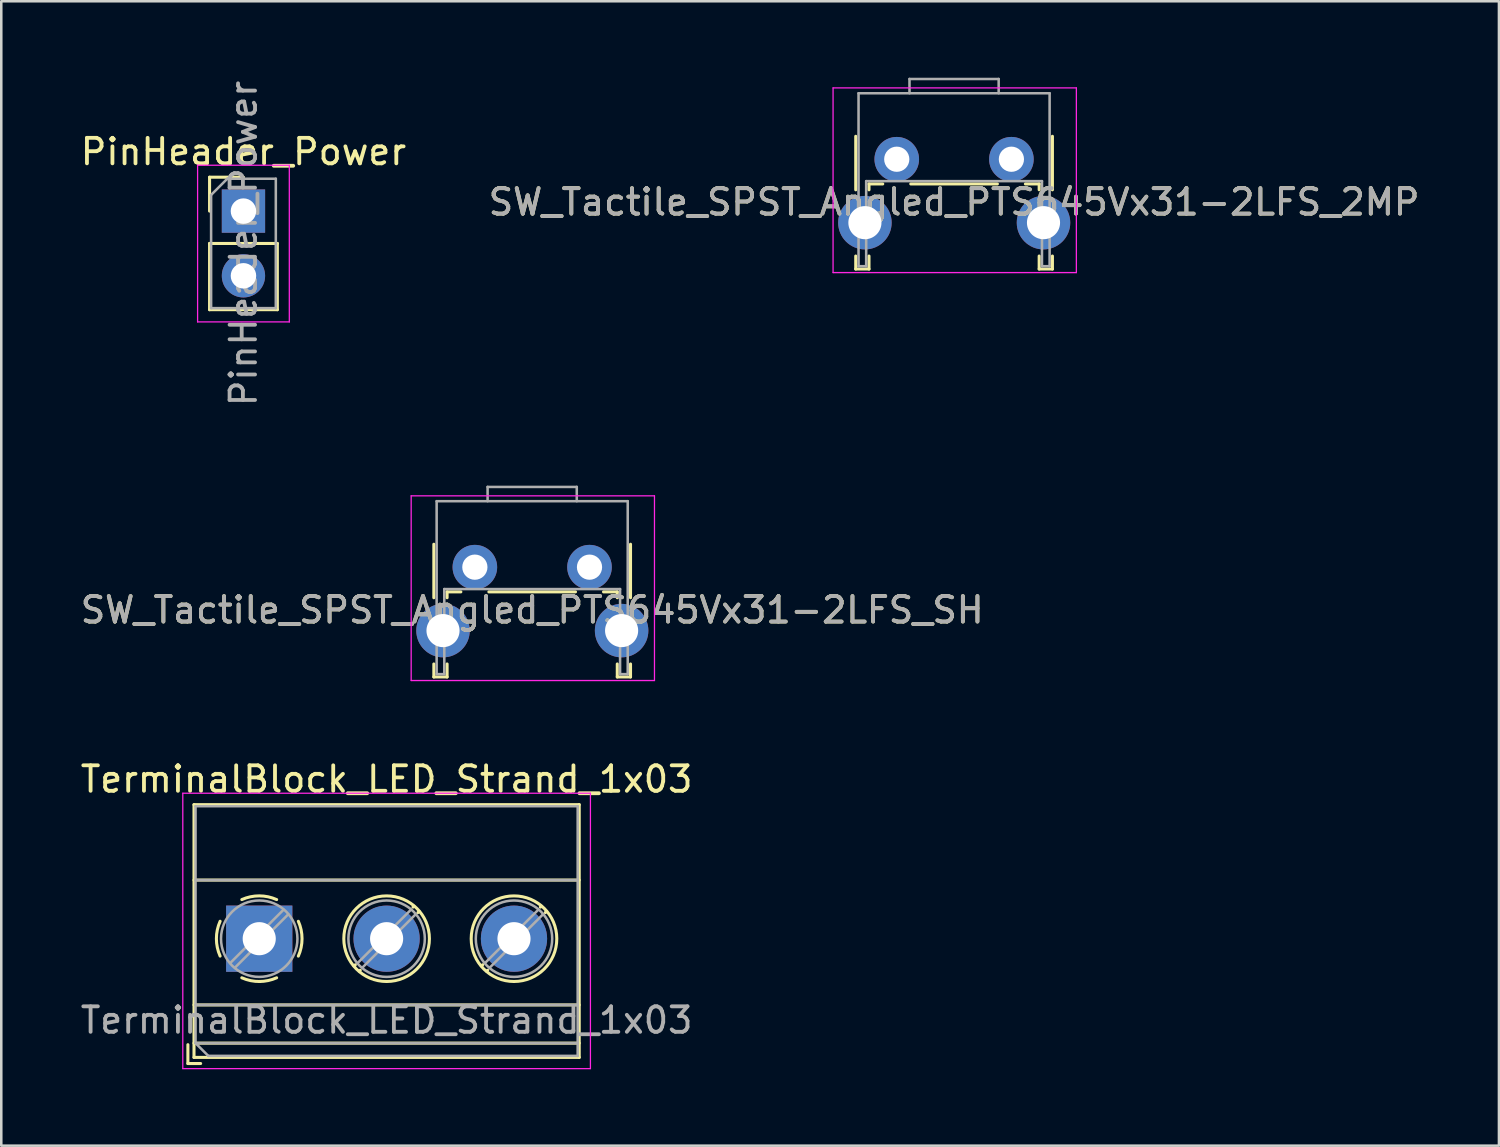
<source format=kicad_pcb>
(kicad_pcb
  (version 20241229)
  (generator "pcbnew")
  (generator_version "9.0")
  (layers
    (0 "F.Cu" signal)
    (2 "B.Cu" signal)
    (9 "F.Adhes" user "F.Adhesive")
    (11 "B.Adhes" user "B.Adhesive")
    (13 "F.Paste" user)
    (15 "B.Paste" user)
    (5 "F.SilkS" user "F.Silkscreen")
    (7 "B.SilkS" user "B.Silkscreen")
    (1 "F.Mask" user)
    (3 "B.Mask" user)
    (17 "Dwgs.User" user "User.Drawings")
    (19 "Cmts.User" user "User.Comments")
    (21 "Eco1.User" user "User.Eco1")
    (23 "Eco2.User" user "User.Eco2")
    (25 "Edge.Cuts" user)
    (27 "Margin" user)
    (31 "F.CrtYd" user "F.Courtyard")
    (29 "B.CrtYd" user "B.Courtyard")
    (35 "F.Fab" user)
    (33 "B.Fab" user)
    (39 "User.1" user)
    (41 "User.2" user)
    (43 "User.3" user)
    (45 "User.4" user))
  (footprint "SW_Tactile_SPST_Angled_PTS645Vx31-2LFS_2MP"
    (layer "F.Cu")
    (at 32.149 3.2)
    (property "Reference" "SW_Tactile_SPST_Angled_PTS645Vx31-2LFS_2MP" (at 2.25 1.68 0) (layer "F.SilkS") (effects (font (size 1 1) (thickness 0.15))))
    (attr through_hole)
    (fp_line (start -1.61 -0.9) (end -1.61 1.2) (stroke (width 0.12) (type solid)) (layer "F.SilkS"))
    (fp_line (start -1.61 3.8) (end -1.61 4.31) (stroke (width 0.12) (type solid)) (layer "F.SilkS"))
    (fp_line (start -1.61 4.31) (end -1.09 4.31) (stroke (width 0.12) (type solid)) (layer "F.SilkS"))
    (fp_line (start -1.09 0.97) (end -1.09 1.2) (stroke (width 0.12) (type solid)) (layer "F.SilkS"))
    (fp_line (start -1.09 0.97) (end -0.55 0.97) (stroke (width 0.12) (type solid)) (layer "F.SilkS"))
    (fp_line (start -1.09 3.8) (end -1.09 4.31) (stroke (width 0.12) (type solid)) (layer "F.SilkS"))
    (fp_line (start 0.55 0.97) (end 3.95 0.97) (stroke (width 0.12) (type solid)) (layer "F.SilkS"))
    (fp_line (start 5.05 0.97) (end 5.59 0.97) (stroke (width 0.12) (type solid)) (layer "F.SilkS"))
    (fp_line (start 5.59 0.97) (end 5.59 1.2) (stroke (width 0.12) (type solid)) (layer "F.SilkS"))
    (fp_line (start 5.59 3.8) (end 5.59 4.31) (stroke (width 0.12) (type solid)) (layer "F.SilkS"))
    (fp_line (start 5.59 4.31) (end 6.11 4.31) (stroke (width 0.12) (type solid)) (layer "F.SilkS"))
    (fp_line (start 6.11 -0.9) (end 6.11 1.2) (stroke (width 0.12) (type solid)) (layer "F.SilkS"))
    (fp_line (start 6.11 3.8) (end 6.11 4.31) (stroke (width 0.12) (type solid)) (layer "F.SilkS"))
    (fp_line (start -2.5 -2.8) (end 7.05 -2.8) (stroke (width 0.05) (type solid)) (layer "F.CrtYd"))
    (fp_line (start -2.5 4.45) (end -2.5 -2.8) (stroke (width 0.05) (type solid)) (layer "F.CrtYd"))
    (fp_line (start 7.05 -2.8) (end 7.05 4.45) (stroke (width 0.05) (type solid)) (layer "F.CrtYd"))
    (fp_line (start 7.05 4.45) (end -2.5 4.45) (stroke (width 0.05) (type solid)) (layer "F.CrtYd"))
    (fp_line (start -1.5 -2.59) (end 6 -2.59) (stroke (width 0.1) (type solid)) (layer "F.Fab"))
    (fp_line (start -1.5 4.2) (end -1.5 -2.59) (stroke (width 0.1) (type solid)) (layer "F.Fab"))
    (fp_line (start -1.5 4.2) (end -1.2 4.2) (stroke (width 0.1) (type solid)) (layer "F.Fab"))
    (fp_line (start -1.2 0.86) (end 5.7 0.86) (stroke (width 0.1) (type solid)) (layer "F.Fab"))
    (fp_line (start -1.2 4.2) (end -1.2 0.86) (stroke (width 0.1) (type solid)) (layer "F.Fab"))
    (fp_line (start 0.5 -3.15) (end 0.5 -2.59) (stroke (width 0.1) (type solid)) (layer "F.Fab"))
    (fp_line (start 0.5 -3.15) (end 4 -3.15) (stroke (width 0.1) (type solid)) (layer "F.Fab"))
    (fp_line (start 4 -3.15) (end 4 -2.59) (stroke (width 0.1) (type solid)) (layer "F.Fab"))
    (fp_line (start 5.7 4.2) (end 5.7 0.86) (stroke (width 0.1) (type solid)) (layer "F.Fab"))
    (fp_line (start 5.7 4.2) (end 6 4.2) (stroke (width 0.1) (type solid)) (layer "F.Fab"))
    (fp_line (start 6 4.2) (end 6 -2.59) (stroke (width 0.1) (type solid)) (layer "F.Fab"))
    (fp_text user "${REFERENCE}" (at 2.25 1.68 0) (layer "F.Fab") (effects (font (size 1 1) (thickness 0.15))))
    (pad "1" thru_hole circle (at 0 0) (size 1.75 1.75) (drill 0.99) (layers "*.Cu" "*.Mask"))
    (pad "2" thru_hole circle (at 4.5 0) (size 1.75 1.75) (drill 0.99) (layers "*.Cu" "*.Mask"))
    (pad "3" thru_hole circle (at -1.25 2.49) (size 2.1 2.1) (drill 1.3) (layers "*.Cu" "*.Mask"))
    (pad "4" thru_hole circle (at 5.76 2.49) (size 2.1 2.1) (drill 1.3) (layers "*.Cu" "*.Mask")))
  (footprint "TerminalBlock_LED_Strand_1x03"
    (layer "F.Cu")
    (at 7.125 33.795)
    (property "Reference" "TerminalBlock_LED_Strand_1x03" (at 5 -6.26 0) (layer "F.SilkS") (effects (font (size 1 1) (thickness 0.15))))
    (attr through_hole)
    (fp_line (start -2.8 4.16) (end -2.8 4.9) (stroke (width 0.12) (type solid)) (layer "F.SilkS"))
    (fp_line (start -2.8 4.9) (end -2.3 4.9) (stroke (width 0.12) (type solid)) (layer "F.SilkS"))
    (fp_line (start -2.56 -5.261) (end -2.56 4.66) (stroke (width 0.12) (type solid)) (layer "F.SilkS"))
    (fp_line (start -2.56 -5.261) (end 12.56 -5.261) (stroke (width 0.12) (type solid)) (layer "F.SilkS"))
    (fp_line (start -2.56 -2.301) (end 12.56 -2.301) (stroke (width 0.12) (type solid)) (layer "F.SilkS"))
    (fp_line (start -2.56 2.6) (end 12.56 2.6) (stroke (width 0.12) (type solid)) (layer "F.SilkS"))
    (fp_line (start -2.56 4.1) (end 12.56 4.1) (stroke (width 0.12) (type solid)) (layer "F.SilkS"))
    (fp_line (start -2.56 4.66) (end 12.56 4.66) (stroke (width 0.12) (type solid)) (layer "F.SilkS"))
    (fp_line (start 3.773 1.023) (end 3.726 1.069) (stroke (width 0.12) (type solid)) (layer "F.SilkS"))
    (fp_line (start 3.966 1.239) (end 3.931 1.274) (stroke (width 0.12) (type solid)) (layer "F.SilkS"))
    (fp_line (start 6.07 -1.275) (end 6.035 -1.239) (stroke (width 0.12) (type solid)) (layer "F.SilkS"))
    (fp_line (start 6.275 -1.069) (end 6.228 -1.023) (stroke (width 0.12) (type solid)) (layer "F.SilkS"))
    (fp_line (start 8.773 1.023) (end 8.726 1.069) (stroke (width 0.12) (type solid)) (layer "F.SilkS"))
    (fp_line (start 8.966 1.239) (end 8.931 1.274) (stroke (width 0.12) (type solid)) (layer "F.SilkS"))
    (fp_line (start 11.07 -1.275) (end 11.035 -1.239) (stroke (width 0.12) (type solid)) (layer "F.SilkS"))
    (fp_line (start 11.275 -1.069) (end 11.228 -1.023) (stroke (width 0.12) (type solid)) (layer "F.SilkS"))
    (fp_line (start 12.56 -5.261) (end 12.56 4.66) (stroke (width 0.12) (type solid)) (layer "F.SilkS"))
    (fp_arc (start -1.535427 0.683042) (mid -1.680501 -0.000524) (end -1.535 -0.684) (stroke (width 0.12) (type solid)) (layer "F.SilkS"))
    (fp_arc (start -0.683042 -1.535427) (mid 0.000524 -1.680501) (end 0.684 -1.535) (stroke (width 0.12) (type solid)) (layer "F.SilkS"))
    (fp_arc (start 0.028805 1.680253) (mid -0.335551 1.646659) (end -0.684 1.535) (stroke (width 0.12) (type solid)) (layer "F.SilkS"))
    (fp_arc (start 0.683318 1.534756) (mid 0.349292 1.643288) (end 0 1.68) (stroke (width 0.12) (type solid)) (layer "F.SilkS"))
    (fp_arc (start 1.535427 -0.683042) (mid 1.680501 0.000524) (end 1.535 0.684) (stroke (width 0.12) (type solid)) (layer "F.SilkS"))
    (fp_circle (center 5 0) (end 6.68 0) (stroke (width 0.12) (type solid)) (fill no) (layer "F.SilkS"))
    (fp_circle (center 10 0) (end 11.68 0) (stroke (width 0.12) (type solid)) (fill no) (layer "F.SilkS"))
    (fp_line (start -3 -5.71) (end -3 5.1) (stroke (width 0.05) (type solid)) (layer "F.CrtYd"))
    (fp_line (start -3 5.1) (end 13 5.1) (stroke (width 0.05) (type solid)) (layer "F.CrtYd"))
    (fp_line (start 13 -5.71) (end -3 -5.71) (stroke (width 0.05) (type solid)) (layer "F.CrtYd"))
    (fp_line (start 13 5.1) (end 13 -5.71) (stroke (width 0.05) (type solid)) (layer "F.CrtYd"))
    (fp_line (start -2.5 -5.2) (end 12.5 -5.2) (stroke (width 0.1) (type solid)) (layer "F.Fab"))
    (fp_line (start -2.5 -2.3) (end 12.5 -2.3) (stroke (width 0.1) (type solid)) (layer "F.Fab"))
    (fp_line (start -2.5 2.6) (end 12.5 2.6) (stroke (width 0.1) (type solid)) (layer "F.Fab"))
    (fp_line (start -2.5 4.1) (end -2.5 -5.2) (stroke (width 0.1) (type solid)) (layer "F.Fab"))
    (fp_line (start -2.5 4.1) (end 12.5 4.1) (stroke (width 0.1) (type solid)) (layer "F.Fab"))
    (fp_line (start -2 4.6) (end -2.5 4.1) (stroke (width 0.1) (type solid)) (layer "F.Fab"))
    (fp_line (start 0.955 -1.138) (end -1.138 0.955) (stroke (width 0.1) (type solid)) (layer "F.Fab"))
    (fp_line (start 1.138 -0.955) (end -0.955 1.138) (stroke (width 0.1) (type solid)) (layer "F.Fab"))
    (fp_line (start 5.955 -1.138) (end 3.863 0.955) (stroke (width 0.1) (type solid)) (layer "F.Fab"))
    (fp_line (start 6.138 -0.955) (end 4.046 1.138) (stroke (width 0.1) (type solid)) (layer "F.Fab"))
    (fp_line (start 10.955 -1.138) (end 8.863 0.955) (stroke (width 0.1) (type solid)) (layer "F.Fab"))
    (fp_line (start 11.138 -0.955) (end 9.046 1.138) (stroke (width 0.1) (type solid)) (layer "F.Fab"))
    (fp_line (start 12.5 -5.2) (end 12.5 4.6) (stroke (width 0.1) (type solid)) (layer "F.Fab"))
    (fp_line (start 12.5 4.6) (end -2 4.6) (stroke (width 0.1) (type solid)) (layer "F.Fab"))
    (fp_circle (center 0 0) (end 1.5 0) (stroke (width 0.1) (type solid)) (fill no) (layer "F.Fab"))
    (fp_circle (center 5 0) (end 6.5 0) (stroke (width 0.1) (type solid)) (fill no) (layer "F.Fab"))
    (fp_circle (center 10 0) (end 11.5 0) (stroke (width 0.1) (type solid)) (fill no) (layer "F.Fab"))
    (fp_text user "${REFERENCE}" (at 5 3.2 0) (layer "F.Fab") (effects (font (size 1 1) (thickness 0.15))))
    (pad "1" thru_hole rect (at 0 0) (size 2.6 2.6) (drill 1.3) (layers "*.Cu" "*.Mask"))
    (pad "2" thru_hole circle (at 5 0) (size 2.6 2.6) (drill 1.3) (layers "*.Cu" "*.Mask"))
    (pad "3" thru_hole circle (at 10 0) (size 2.6 2.6) (drill 1.3) (layers "*.Cu" "*.Mask")))
  (footprint "PinHeader_Power"
    (layer "F.Cu")
    (at 6.506 5.236)
    (property "Reference" "PinHeader_Power" (at 0 -2.33 0) (layer "F.SilkS") (effects (font (size 1 1) (thickness 0.15))))
    (attr through_hole)
    (fp_line (start -1.33 -1.33) (end 0 -1.33) (stroke (width 0.12) (type solid)) (layer "F.SilkS"))
    (fp_line (start -1.33 0) (end -1.33 -1.33) (stroke (width 0.12) (type solid)) (layer "F.SilkS"))
    (fp_line (start -1.33 1.27) (end -1.33 3.87) (stroke (width 0.12) (type solid)) (layer "F.SilkS"))
    (fp_line (start -1.33 1.27) (end 1.33 1.27) (stroke (width 0.12) (type solid)) (layer "F.SilkS"))
    (fp_line (start -1.33 3.87) (end 1.33 3.87) (stroke (width 0.12) (type solid)) (layer "F.SilkS"))
    (fp_line (start 1.33 1.27) (end 1.33 3.87) (stroke (width 0.12) (type solid)) (layer "F.SilkS"))
    (fp_line (start -1.8 -1.8) (end -1.8 4.35) (stroke (width 0.05) (type solid)) (layer "F.CrtYd"))
    (fp_line (start -1.8 4.35) (end 1.8 4.35) (stroke (width 0.05) (type solid)) (layer "F.CrtYd"))
    (fp_line (start 1.8 -1.8) (end -1.8 -1.8) (stroke (width 0.05) (type solid)) (layer "F.CrtYd"))
    (fp_line (start 1.8 4.35) (end 1.8 -1.8) (stroke (width 0.05) (type solid)) (layer "F.CrtYd"))
    (fp_line (start -1.27 -0.635) (end -0.635 -1.27) (stroke (width 0.1) (type solid)) (layer "F.Fab"))
    (fp_line (start -1.27 3.81) (end -1.27 -0.635) (stroke (width 0.1) (type solid)) (layer "F.Fab"))
    (fp_line (start -0.635 -1.27) (end 1.27 -1.27) (stroke (width 0.1) (type solid)) (layer "F.Fab"))
    (fp_line (start 1.27 -1.27) (end 1.27 3.81) (stroke (width 0.1) (type solid)) (layer "F.Fab"))
    (fp_line (start 1.27 3.81) (end -1.27 3.81) (stroke (width 0.1) (type solid)) (layer "F.Fab"))
    (fp_text user "${REFERENCE}" (at 0 1.27 90) (layer "F.Fab") (effects (font (size 1 1) (thickness 0.15))))
    (pad "1" thru_hole rect (at 0 0) (size 1.7 1.7) (drill 1) (layers "*.Cu" "*.Mask"))
    (pad "2" thru_hole oval (at 0 2.54) (size 1.7 1.7) (drill 1) (layers "*.Cu" "*.Mask")))
  (footprint "SW_Tactile_SPST_Angled_PTS645Vx31-2LFS_SH"
    (layer "F.Cu")
    (at 15.589 19.212)
    (property "Reference" "SW_Tactile_SPST_Angled_PTS645Vx31-2LFS_SH" (at 2.25 1.68 0) (layer "F.SilkS") (effects (font (size 1 1) (thickness 0.15))))
    (attr through_hole)
    (fp_line (start -1.61 -0.9) (end -1.61 1.2) (stroke (width 0.12) (type solid)) (layer "F.SilkS"))
    (fp_line (start -1.61 3.8) (end -1.61 4.31) (stroke (width 0.12) (type solid)) (layer "F.SilkS"))
    (fp_line (start -1.61 4.31) (end -1.09 4.31) (stroke (width 0.12) (type solid)) (layer "F.SilkS"))
    (fp_line (start -1.09 0.97) (end -1.09 1.2) (stroke (width 0.12) (type solid)) (layer "F.SilkS"))
    (fp_line (start -1.09 0.97) (end -0.55 0.97) (stroke (width 0.12) (type solid)) (layer "F.SilkS"))
    (fp_line (start -1.09 3.8) (end -1.09 4.31) (stroke (width 0.12) (type solid)) (layer "F.SilkS"))
    (fp_line (start 0.55 0.97) (end 3.95 0.97) (stroke (width 0.12) (type solid)) (layer "F.SilkS"))
    (fp_line (start 5.05 0.97) (end 5.59 0.97) (stroke (width 0.12) (type solid)) (layer "F.SilkS"))
    (fp_line (start 5.59 0.97) (end 5.59 1.2) (stroke (width 0.12) (type solid)) (layer "F.SilkS"))
    (fp_line (start 5.59 3.8) (end 5.59 4.31) (stroke (width 0.12) (type solid)) (layer "F.SilkS"))
    (fp_line (start 5.59 4.31) (end 6.11 4.31) (stroke (width 0.12) (type solid)) (layer "F.SilkS"))
    (fp_line (start 6.11 -0.9) (end 6.11 1.2) (stroke (width 0.12) (type solid)) (layer "F.SilkS"))
    (fp_line (start 6.11 3.8) (end 6.11 4.31) (stroke (width 0.12) (type solid)) (layer "F.SilkS"))
    (fp_line (start -2.5 -2.8) (end 7.05 -2.8) (stroke (width 0.05) (type solid)) (layer "F.CrtYd"))
    (fp_line (start -2.5 4.45) (end -2.5 -2.8) (stroke (width 0.05) (type solid)) (layer "F.CrtYd"))
    (fp_line (start 7.05 -2.8) (end 7.05 4.45) (stroke (width 0.05) (type solid)) (layer "F.CrtYd"))
    (fp_line (start 7.05 4.45) (end -2.5 4.45) (stroke (width 0.05) (type solid)) (layer "F.CrtYd"))
    (fp_line (start -1.5 -2.59) (end 6 -2.59) (stroke (width 0.1) (type solid)) (layer "F.Fab"))
    (fp_line (start -1.5 4.2) (end -1.5 -2.59) (stroke (width 0.1) (type solid)) (layer "F.Fab"))
    (fp_line (start -1.5 4.2) (end -1.2 4.2) (stroke (width 0.1) (type solid)) (layer "F.Fab"))
    (fp_line (start -1.2 0.86) (end 5.7 0.86) (stroke (width 0.1) (type solid)) (layer "F.Fab"))
    (fp_line (start -1.2 4.2) (end -1.2 0.86) (stroke (width 0.1) (type solid)) (layer "F.Fab"))
    (fp_line (start 0.5 -3.15) (end 0.5 -2.59) (stroke (width 0.1) (type solid)) (layer "F.Fab"))
    (fp_line (start 0.5 -3.15) (end 4 -3.15) (stroke (width 0.1) (type solid)) (layer "F.Fab"))
    (fp_line (start 4 -3.15) (end 4 -2.59) (stroke (width 0.1) (type solid)) (layer "F.Fab"))
    (fp_line (start 5.7 4.2) (end 5.7 0.86) (stroke (width 0.1) (type solid)) (layer "F.Fab"))
    (fp_line (start 5.7 4.2) (end 6 4.2) (stroke (width 0.1) (type solid)) (layer "F.Fab"))
    (fp_line (start 6 4.2) (end 6 -2.59) (stroke (width 0.1) (type solid)) (layer "F.Fab"))
    (fp_text user "${REFERENCE}" (at 2.25 1.68 0) (layer "F.Fab") (effects (font (size 1 1) (thickness 0.15))))
    (pad "1" thru_hole circle (at 0 0) (size 1.75 1.75) (drill 0.99) (layers "*.Cu" "*.Mask"))
    (pad "2" thru_hole circle (at 4.5 0) (size 1.75 1.75) (drill 0.99) (layers "*.Cu" "*.Mask"))
    (pad "SH" thru_hole circle (at -1.25 2.49) (size 2.1 2.1) (drill 1.3) (layers "*.Cu" "*.Mask"))
    (pad "SH" thru_hole circle (at 5.76 2.49) (size 2.1 2.1) (drill 1.3) (layers "*.Cu" "*.Mask")))
  (gr_rect
    (start -3 -3)
    (end 55.786 41.92)
    (stroke (width 0.1) (type default))
    (fill no)
    (layer "Edge.Cuts")))
</source>
